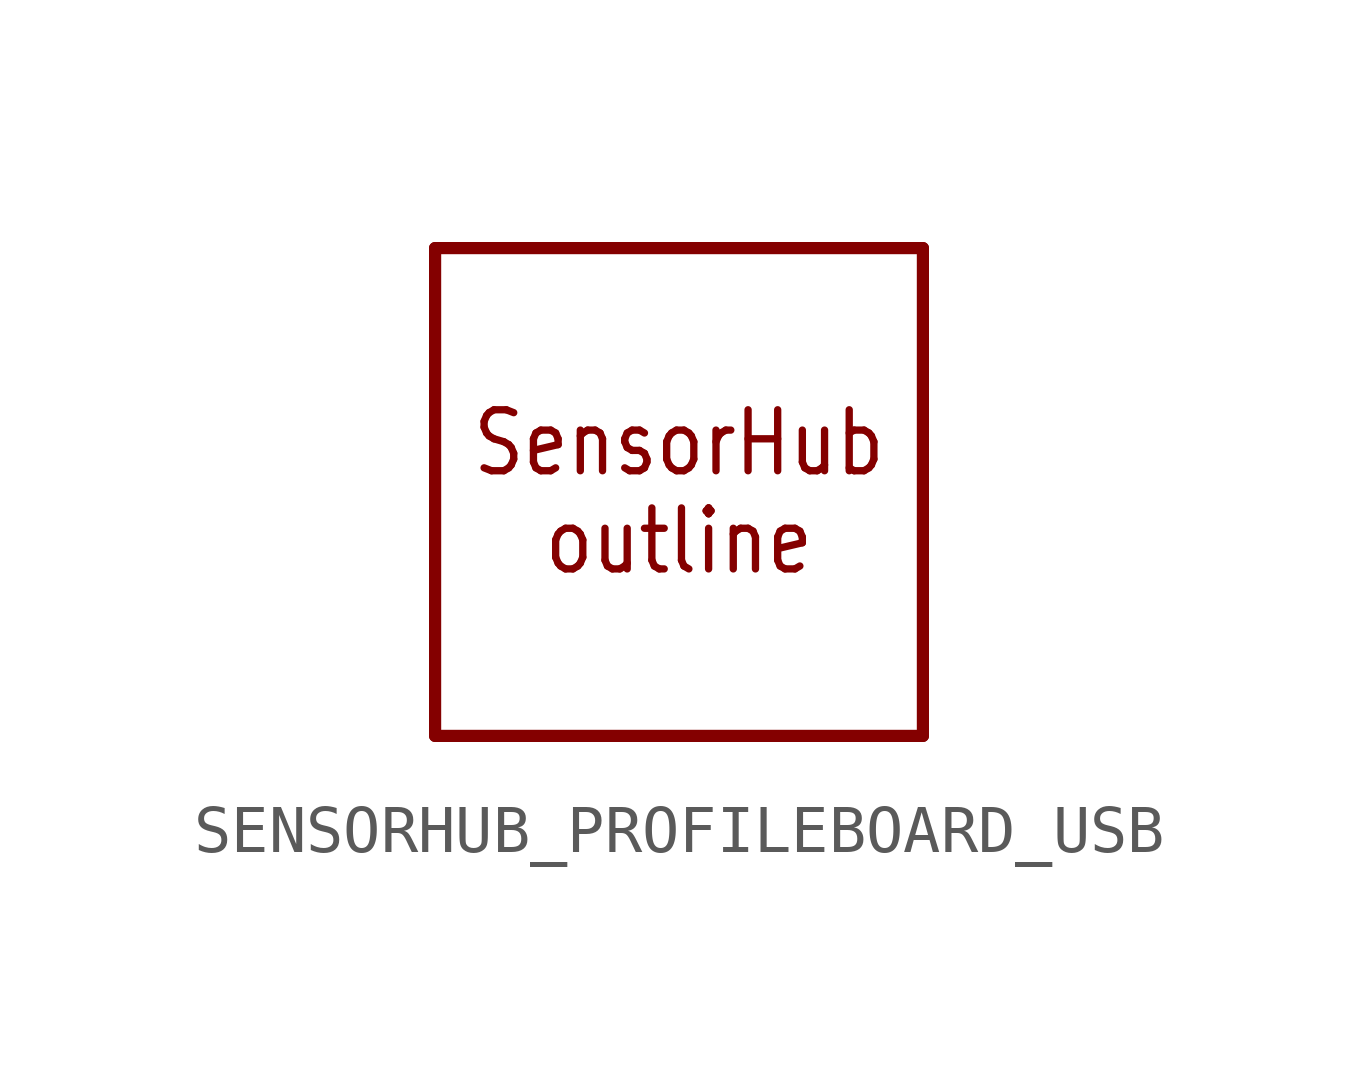
<source format=kicad_sym>
(kicad_symbol_lib
  (version 20241209)
  (generator "kicad_symbol_editor")
  (generator_version "9.0")
  (symbol "SENSORHUB_PROFILEBOARD_USB"
    (property "Reference" ""
      (at 0 0 0)
      (effects (font (size 1.27 1.27)) (hide yes)))
    (property "ki_locked" ""
      (at 0 0 0)
      (effects (font (size 1.27 1.27))))
    (symbol "SENSORHUB_PROFILEBOARD_USB_1_0"
      (polyline (pts (xy -5.08 5.08) (xy -5.08 -5.08)) (stroke (width 0.254) (type solid)) (fill (type none)))
      (polyline (pts (xy -5.08 -5.08) (xy 5.08 -5.08)) (stroke (width 0.254) (type solid)) (fill (type none)))
      (polyline (pts (xy 5.08 5.08) (xy -5.08 5.08)) (stroke (width 0.254) (type solid)) (fill (type none)))
      (polyline (pts (xy 5.08 -5.08) (xy 5.08 5.08)) (stroke (width 0.254) (type solid)) (fill (type none)))
      (text "SensorHub\noutline" (at 0 0 0) (effects (font (size 1.27 1.079)))))))
</source>
